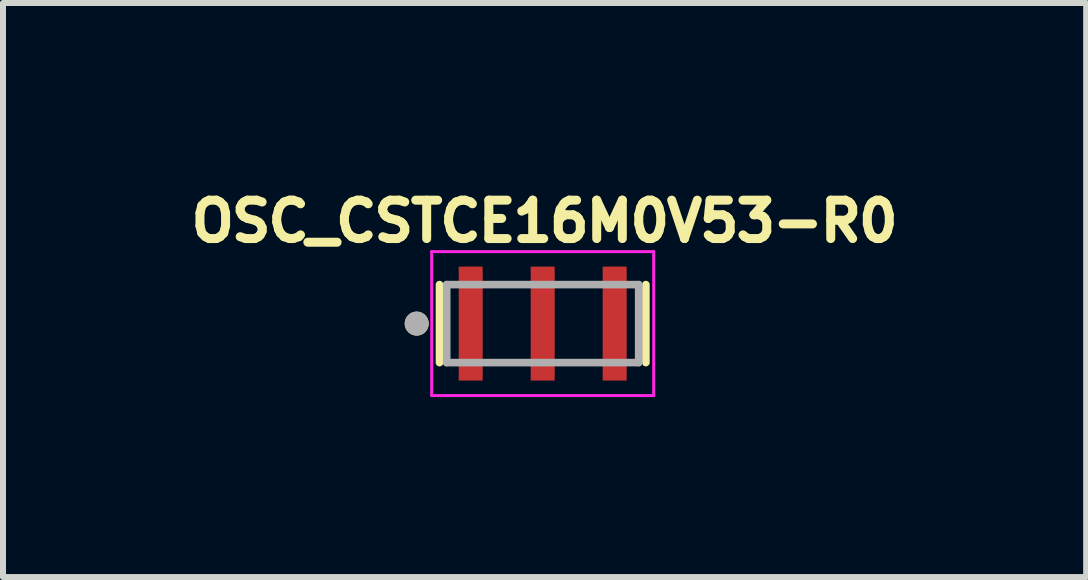
<source format=kicad_pcb>
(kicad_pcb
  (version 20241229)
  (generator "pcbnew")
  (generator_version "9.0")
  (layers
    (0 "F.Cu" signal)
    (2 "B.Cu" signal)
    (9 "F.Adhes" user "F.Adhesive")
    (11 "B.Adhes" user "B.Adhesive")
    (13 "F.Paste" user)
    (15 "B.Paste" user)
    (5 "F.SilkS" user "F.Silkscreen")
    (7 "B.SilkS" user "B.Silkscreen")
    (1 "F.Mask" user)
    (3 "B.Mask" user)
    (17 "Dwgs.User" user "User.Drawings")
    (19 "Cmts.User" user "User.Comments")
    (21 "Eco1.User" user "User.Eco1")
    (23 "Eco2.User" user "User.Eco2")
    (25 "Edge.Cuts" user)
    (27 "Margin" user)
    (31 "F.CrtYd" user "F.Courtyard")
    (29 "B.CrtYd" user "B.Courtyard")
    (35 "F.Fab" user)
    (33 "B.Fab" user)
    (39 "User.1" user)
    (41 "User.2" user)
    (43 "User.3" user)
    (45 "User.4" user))
  (footprint "OSC_CSTCE16M0V53-R0"
    (layer "F.Cu")
    (at 5.996 2.344)
    (property "Reference" "OSC_CSTCE16M0V53-R0" (at 0.032 -1.706 0) (layer "F.SilkS") (effects (font (size 0.64 0.64) (thickness 0.15))))
    (attr through_hole)
    (fp_line (start -1.72 0.65) (end -1.72 -0.65) (stroke (width 0.127) (type solid)) (layer "F.SilkS"))
    (fp_line (start 1.72 0.65) (end 1.72 -0.65) (stroke (width 0.127) (type solid)) (layer "F.SilkS"))
    (fp_circle (center -2.1 0) (end -2 0) (stroke (width 0.2) (type solid)) (fill no) (layer "F.SilkS"))
    (fp_line (start -1.85 -1.2) (end 1.85 -1.2) (stroke (width 0.05) (type solid)) (layer "F.CrtYd"))
    (fp_line (start -1.85 1.2) (end -1.85 -1.2) (stroke (width 0.05) (type solid)) (layer "F.CrtYd"))
    (fp_line (start 1.85 -1.2) (end 1.85 1.2) (stroke (width 0.05) (type solid)) (layer "F.CrtYd"))
    (fp_line (start 1.85 1.2) (end -1.85 1.2) (stroke (width 0.05) (type solid)) (layer "F.CrtYd"))
    (fp_line (start -1.6 -0.65) (end 1.6 -0.65) (stroke (width 0.127) (type solid)) (layer "F.Fab"))
    (fp_line (start -1.6 0.65) (end -1.6 -0.65) (stroke (width 0.127) (type solid)) (layer "F.Fab"))
    (fp_line (start 1.6 -0.65) (end 1.6 0.65) (stroke (width 0.127) (type solid)) (layer "F.Fab"))
    (fp_line (start 1.6 0.65) (end -1.6 0.65) (stroke (width 0.127) (type solid)) (layer "F.Fab"))
    (fp_circle (center -2.1 0) (end -2 0) (stroke (width 0.2) (type solid)) (fill no) (layer "F.Fab"))
    (pad "1" smd rect (at -1.2 0) (size 0.4 1.9) (layers "F.Cu" "F.Mask" "F.Paste"))
    (pad "2" smd rect (at 0 0) (size 0.4 1.9) (layers "F.Cu" "F.Mask" "F.Paste"))
    (pad "3" smd rect (at 1.2 0) (size 0.4 1.9) (layers "F.Cu" "F.Mask" "F.Paste")))
  (gr_rect
    (start -3 -3)
    (end 15.055 6.569)
    (stroke (width 0.1) (type default))
    (fill no)
    (layer "Edge.Cuts")))
</source>
